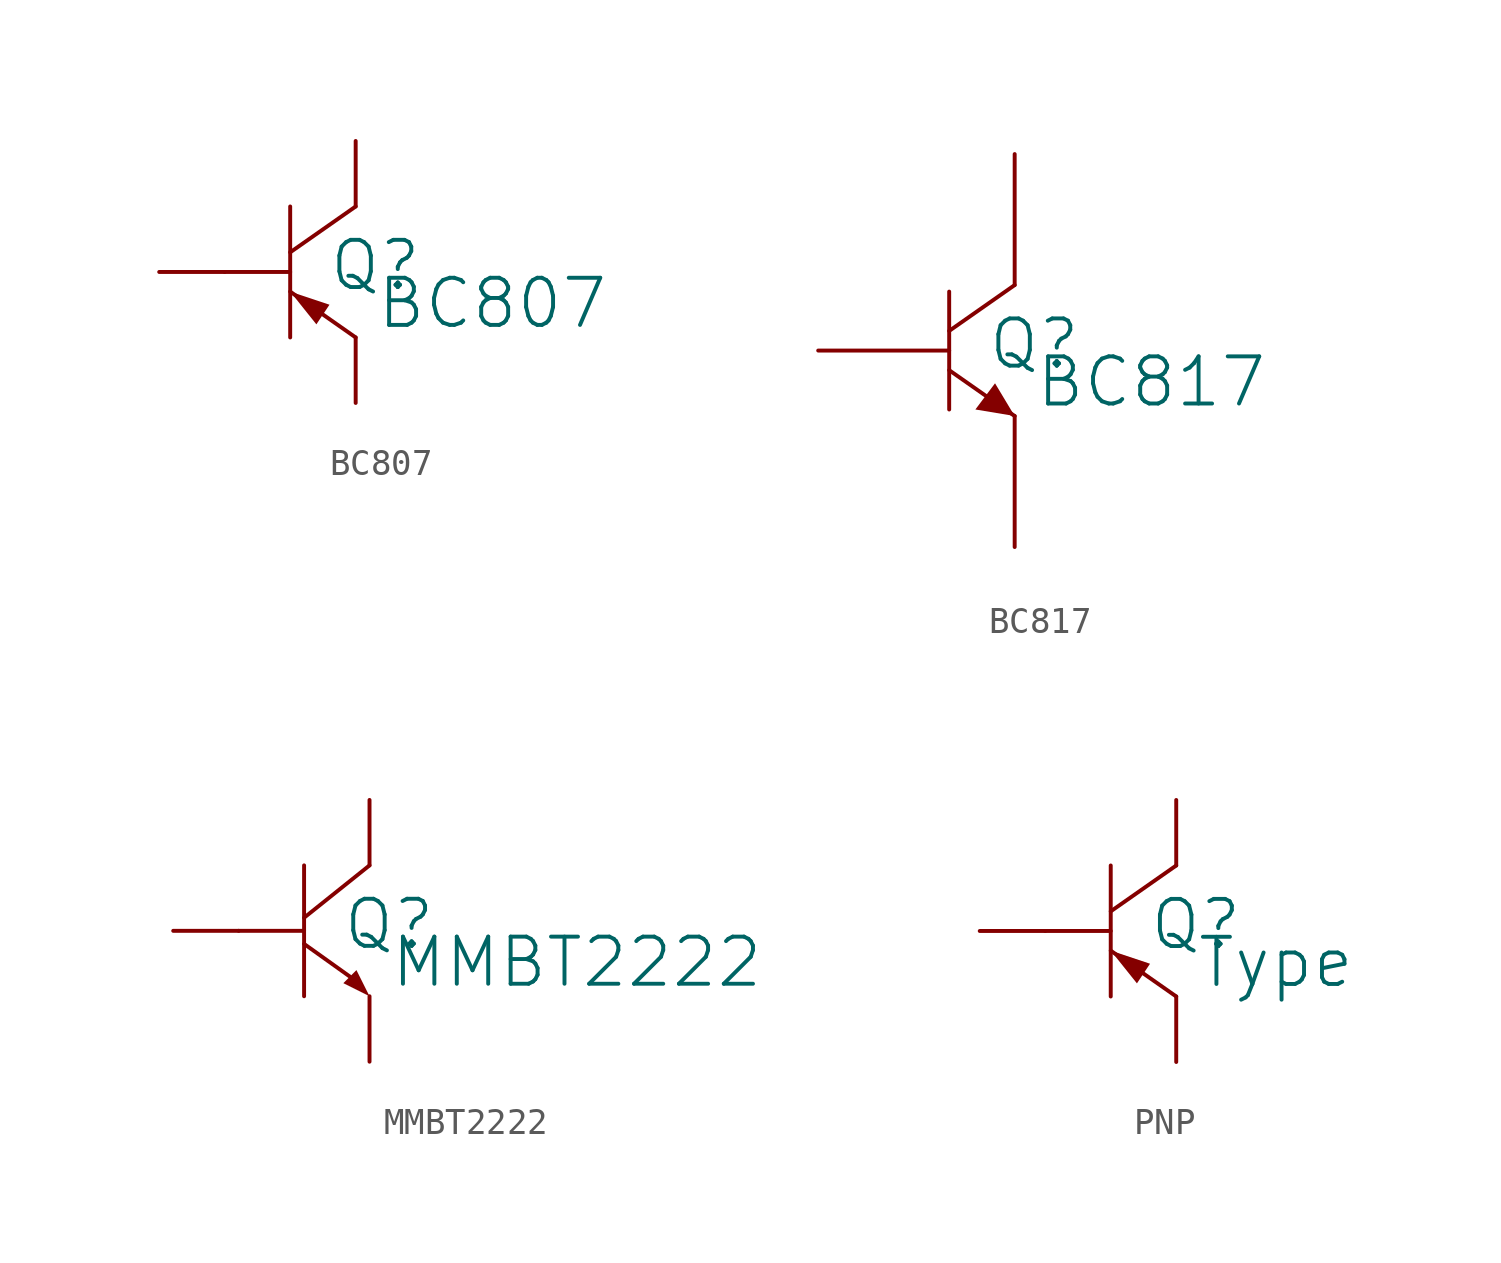
<source format=kicad_sym>
(kicad_symbol_lib
  (version 20241209)
  (generator "kicad_symbol_editor")
  (generator_version "9.0")
  (symbol "BC807"
    (pin_numbers
      (hide yes))
    (pin_names
      (hide yes))
    (property "Reference" "Q"
      (at 5.842 -2.286 0)
      (effects (font (size 1.829 1.829))))
    (property "Value" "BC807"
      (at 5.842 -4.826 0)
      (effects (font (size 1.829 1.829)) (justify left bottom)))
    (symbol "BC807_1_0"
      (polyline (pts (xy 2.54 0) (xy 2.54 -5.08)) (stroke (width 0) (type solid)) (fill (type none)))
      (polyline (pts (xy 2.54 -2.54) (xy 0 -2.54)) (stroke (width 0) (type solid)) (fill (type none)))
      (polyline (pts (xy 2.54 -3.302) (xy 5.08 -5.08)) (stroke (width 0) (type solid)) (fill (type none)))
      (polyline (pts (xy 2.54 -3.302) (xy 3.556 -4.572) (xy 4.064 -3.81) (xy 2.54 -3.302) (xy 2.54 -3.302)) (stroke (width -0.0001) (type solid)) (fill (type outline)))
      (polyline (pts (xy 5.08 0) (xy 2.54 -1.778)) (stroke (width 0) (type solid)) (fill (type none)))
      (pin passive line (at -2.54 -2.54 0) (length 2.54) (name "B" (effects (font (size 1.27 1.27)))) (number "B" (effects (font (size 1.27 1.27)))))
      (pin passive line (at 5.08 2.54 270) (length 2.54) (name "C" (effects (font (size 1.27 1.27)))) (number "C" (effects (font (size 1.27 1.27)))))
      (pin passive line (at 5.08 -7.62 90) (length 2.54) (name "E" (effects (font (size 1.27 1.27)))) (number "E" (effects (font (size 1.27 1.27)))))))
  (symbol "BC817"
    (pin_numbers
      (hide yes))
    (pin_names
      (hide yes))
    (property "Reference" "Q"
      (at 3.302 -2.286 0)
      (effects (font (size 1.829 1.829))))
    (property "Value" "BC817"
      (at 3.302 -4.826 0)
      (effects (font (size 1.829 1.829)) (justify left bottom)))
    (symbol "BC817_1_0"
      (polyline (pts (xy 0 -0.254) (xy 0 -4.826)) (stroke (width 0) (type solid)) (fill (type none)))
      (polyline (pts (xy 0 -3.302) (xy 2.54 -5.08)) (stroke (width 0) (type solid)) (fill (type none)))
      (polyline (pts (xy 2.54 0) (xy 0 -1.778)) (stroke (width 0) (type solid)) (fill (type none)))
      (polyline (pts (xy 2.54 -5.08) (xy 1.778 -3.81) (xy 1.016 -4.826) (xy 2.54 -5.08)) (stroke (width -0.0001) (type solid)) (fill (type outline)))
      (pin passive line (at -5.08 -2.54 0) (length 5.08) (name "B" (effects (font (size 1.27 1.27)))) (number "1" (effects (font (size 1.27 1.27)))))
      (pin passive line (at 2.54 5.08 270) (length 5.08) (name "C" (effects (font (size 1.27 1.27)))) (number "3" (effects (font (size 1.27 1.27)))))
      (pin passive line (at 2.54 -10.16 90) (length 5.08) (name "E" (effects (font (size 1.27 1.27)))) (number "2" (effects (font (size 1.27 1.27)))))))
  (symbol "MMBT2222"
    (pin_numbers
      (hide yes))
    (pin_names
      (hide yes))
    (property "Reference" "Q"
      (at 5.842 -2.286 0)
      (effects (font (size 1.829 1.829))))
    (property "Value" "MMBT2222"
      (at 5.842 -4.826 0)
      (effects (font (size 1.829 1.829)) (justify left bottom)))
    (symbol "MMBT2222_1_0"
      (polyline (pts (xy 2.54 0) (xy 2.54 -5.08)) (stroke (width 0) (type solid)) (fill (type none)))
      (polyline (pts (xy 2.54 -2.54) (xy 0 -2.54)) (stroke (width 0) (type solid)) (fill (type none)))
      (polyline (pts (xy 2.54 -3.048) (xy 4.318 -4.318)) (stroke (width 0) (type solid)) (fill (type none)))
      (polyline (pts (xy 4.318 -4.318) (xy 4.572 -4.064) (xy 5.08 -5.08) (xy 4.064 -4.572) (xy 4.318 -4.318) (xy 4.318 -4.318)) (stroke (width -0.0001) (type solid)) (fill (type outline)))
      (polyline (pts (xy 5.08 0) (xy 2.54 -2.032)) (stroke (width 0) (type solid)) (fill (type none)))
      (pin passive line (at -2.54 -2.54 0) (length 2.54) (name "B" (effects (font (size 1.27 1.27)))) (number "B" (effects (font (size 1.27 1.27)))))
      (pin passive line (at 5.08 2.54 270) (length 2.54) (name "C" (effects (font (size 1.27 1.27)))) (number "C" (effects (font (size 1.27 1.27)))))
      (pin passive line (at 5.08 -7.62 90) (length 2.54) (name "E" (effects (font (size 1.27 1.27)))) (number "E" (effects (font (size 1.27 1.27)))))))
  (symbol "PNP"
    (pin_numbers
      (hide yes))
    (pin_names
      (hide yes))
    (property "Reference" "Q"
      (at 5.842 -2.286 0)
      (effects (font (size 1.829 1.829))))
    (property "Value" "Type"
      (at 5.842 -4.826 0)
      (effects (font (size 1.829 1.829)) (justify left bottom)))
    (symbol "PNP_1_0"
      (polyline (pts (xy 2.54 0) (xy 2.54 -5.08)) (stroke (width 0) (type solid)) (fill (type none)))
      (polyline (pts (xy 2.54 -2.54) (xy 0 -2.54)) (stroke (width 0) (type solid)) (fill (type none)))
      (polyline (pts (xy 2.54 -3.302) (xy 5.08 -5.08)) (stroke (width 0) (type solid)) (fill (type none)))
      (polyline (pts (xy 2.54 -3.302) (xy 3.556 -4.572) (xy 4.064 -3.81) (xy 2.54 -3.302) (xy 2.54 -3.302)) (stroke (width -0.0001) (type solid)) (fill (type outline)))
      (polyline (pts (xy 5.08 0) (xy 2.54 -1.778)) (stroke (width 0) (type solid)) (fill (type none)))
      (pin passive line (at -2.54 -2.54 0) (length 2.54) (name "B" (effects (font (size 1.27 1.27)))) (number "B" (effects (font (size 1.27 1.27)))))
      (pin passive line (at 5.08 2.54 270) (length 2.54) (name "C" (effects (font (size 1.27 1.27)))) (number "C" (effects (font (size 1.27 1.27)))))
      (pin passive line (at 5.08 -7.62 90) (length 2.54) (name "E" (effects (font (size 1.27 1.27)))) (number "E" (effects (font (size 1.27 1.27))))))))
</source>
